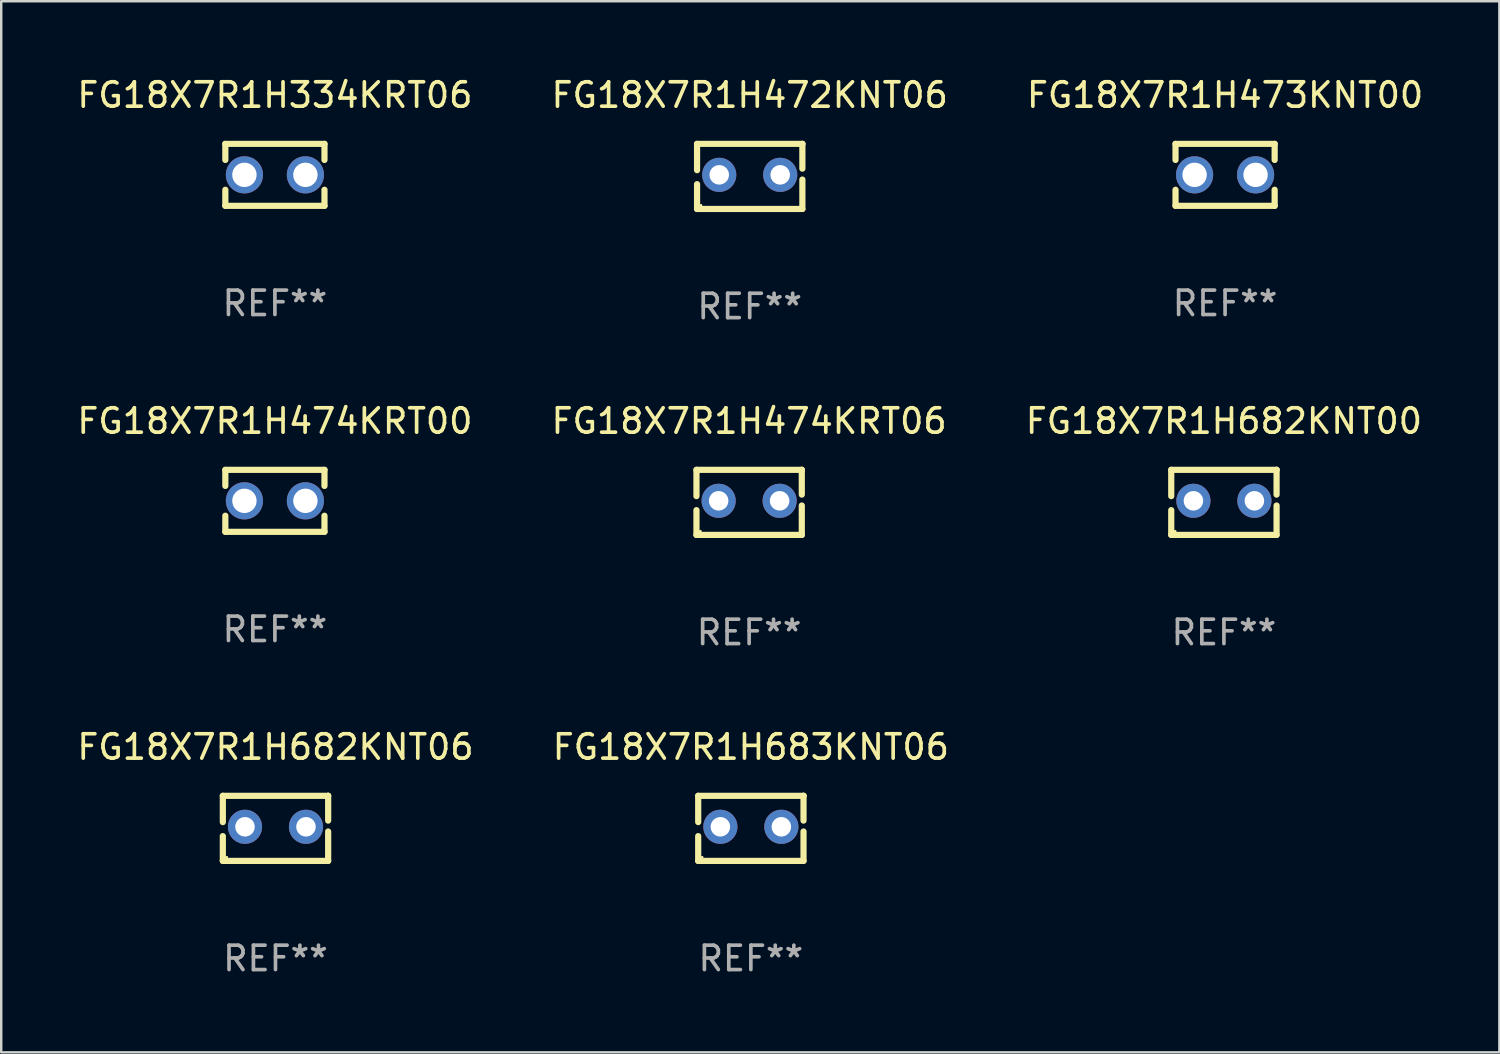
<source format=kicad_pcb>
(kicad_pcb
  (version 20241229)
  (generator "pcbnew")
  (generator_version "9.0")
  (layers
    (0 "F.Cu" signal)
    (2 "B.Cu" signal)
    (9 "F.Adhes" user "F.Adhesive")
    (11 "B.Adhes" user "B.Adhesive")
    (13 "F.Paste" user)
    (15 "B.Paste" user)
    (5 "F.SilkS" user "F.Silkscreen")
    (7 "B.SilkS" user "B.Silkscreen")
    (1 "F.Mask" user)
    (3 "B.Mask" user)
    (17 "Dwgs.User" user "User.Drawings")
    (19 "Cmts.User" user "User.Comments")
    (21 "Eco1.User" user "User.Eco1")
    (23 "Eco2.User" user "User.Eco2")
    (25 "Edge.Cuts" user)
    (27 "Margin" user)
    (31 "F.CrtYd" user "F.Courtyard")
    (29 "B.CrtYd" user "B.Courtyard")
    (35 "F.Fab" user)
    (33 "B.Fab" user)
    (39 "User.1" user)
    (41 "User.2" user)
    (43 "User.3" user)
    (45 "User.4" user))
  (footprint "FG18X7R1H472KNT06"
    (layer "F.Cu")
    (at 27.685 4.182)
    (property "Reference" "FG18X7R1H472KNT06" (at 0 -3.334 0) (layer "F.SilkS") (effects (font (size 1 1) (thickness 0.15))))
    (attr through_hole)
    (fp_line (start -2.159 -1.334) (end 2.159 -1.334) (stroke (width 0.254) (type solid)) (layer "F.SilkS"))
    (fp_line (start -2.159 -0.256) (end -2.159 -1.334) (stroke (width 0.254) (type solid)) (layer "F.SilkS"))
    (fp_line (start -2.159 1.334) (end -2.159 0.318) (stroke (width 0.254) (type solid)) (layer "F.SilkS"))
    (fp_line (start 2.159 -1.334) (end 2.159 -1.334) (stroke (width 0.254) (type solid)) (layer "F.SilkS"))
    (fp_line (start 2.159 -1.334) (end 2.159 -0.318) (stroke (width 0.254) (type solid)) (layer "F.SilkS"))
    (fp_line (start 2.159 0.129) (end 2.159 1.334) (stroke (width 0.254) (type solid)) (layer "F.SilkS"))
    (fp_line (start 2.159 1.334) (end -2.159 1.334) (stroke (width 0.254) (type solid)) (layer "F.SilkS"))
    (fp_circle (center -2 1.186) (end -1.97 1.186) (stroke (width 0.06) (type solid)) (fill no) (layer "F.SilkS"))
    (fp_text user "REF**" (at 0 5.334 0) (layer "F.Fab") (effects (font (size 1 1) (thickness 0.15))))
    (pad "1" thru_hole circle (at -1.25 -0.064) (size 1.4 1.4) (drill 0.8) (layers "*.Cu" "*.Mask"))
    (pad "2" thru_hole circle (at 1.25 -0.064) (size 1.4 1.4) (drill 0.8) (layers "*.Cu" "*.Mask")))
  (footprint "FG18X7R1H473KNT00"
    (layer "F.Cu")
    (at 47.173 4.118)
    (property "Reference" "FG18X7R1H473KNT00" (at 0 -3.27 0) (layer "F.SilkS") (effects (font (size 1 1) (thickness 0.15))))
    (attr through_hole)
    (fp_line (start -2.032 -1.27) (end -2.032 -0.611) (stroke (width 0.254) (type solid)) (layer "F.SilkS"))
    (fp_line (start -2.032 0.611) (end -2.032 1.27) (stroke (width 0.254) (type solid)) (layer "F.SilkS"))
    (fp_line (start -2.032 1.27) (end 2.032 1.27) (stroke (width 0.254) (type solid)) (layer "F.SilkS"))
    (fp_line (start 2.032 -1.27) (end -2.032 -1.27) (stroke (width 0.254) (type solid)) (layer "F.SilkS"))
    (fp_line (start 2.032 -0.611) (end 2.032 -1.27) (stroke (width 0.254) (type solid)) (layer "F.SilkS"))
    (fp_line (start 2.032 1.27) (end 2.032 0.611) (stroke (width 0.254) (type solid)) (layer "F.SilkS"))
    (fp_circle (center -2 1.25) (end -1.97 1.25) (stroke (width 0.06) (type solid)) (fill no) (layer "F.SilkS"))
    (fp_text user "REF**" (at 0 5.27 0) (layer "F.Fab") (effects (font (size 1 1) (thickness 0.15))))
    (pad "1" thru_hole circle (at -1.25 0) (size 1.524 1.524) (drill 1) (layers "*.Cu" "*.Mask"))
    (pad "2" thru_hole circle (at 1.25 0) (size 1.524 1.524) (drill 1) (layers "*.Cu" "*.Mask")))
  (footprint "FG18X7R1H683KNT06"
    (layer "F.Cu")
    (at 27.732 30.909)
    (property "Reference" "FG18X7R1H683KNT06" (at 0 -3.334 0) (layer "F.SilkS") (effects (font (size 1 1) (thickness 0.15))))
    (attr through_hole)
    (fp_line (start -2.159 -1.334) (end 2.159 -1.334) (stroke (width 0.254) (type solid)) (layer "F.SilkS"))
    (fp_line (start -2.159 -0.256) (end -2.159 -1.334) (stroke (width 0.254) (type solid)) (layer "F.SilkS"))
    (fp_line (start -2.159 1.334) (end -2.159 0.318) (stroke (width 0.254) (type solid)) (layer "F.SilkS"))
    (fp_line (start 2.159 -1.334) (end 2.159 -1.334) (stroke (width 0.254) (type solid)) (layer "F.SilkS"))
    (fp_line (start 2.159 -1.334) (end 2.159 -0.318) (stroke (width 0.254) (type solid)) (layer "F.SilkS"))
    (fp_line (start 2.159 0.129) (end 2.159 1.334) (stroke (width 0.254) (type solid)) (layer "F.SilkS"))
    (fp_line (start 2.159 1.334) (end -2.159 1.334) (stroke (width 0.254) (type solid)) (layer "F.SilkS"))
    (fp_circle (center -2 1.186) (end -1.97 1.186) (stroke (width 0.06) (type solid)) (fill no) (layer "F.SilkS"))
    (fp_text user "REF**" (at 0 5.334 0) (layer "F.Fab") (effects (font (size 1 1) (thickness 0.15))))
    (pad "1" thru_hole circle (at -1.25 -0.064) (size 1.4 1.4) (drill 0.8) (layers "*.Cu" "*.Mask"))
    (pad "2" thru_hole circle (at 1.25 -0.064) (size 1.4 1.4) (drill 0.8) (layers "*.Cu" "*.Mask")))
  (footprint "FG18X7R1H474KRT00"
    (layer "F.Cu")
    (at 8.22 17.482)
    (property "Reference" "FG18X7R1H474KRT00" (at 0 -3.27 0) (layer "F.SilkS") (effects (font (size 1 1) (thickness 0.15))))
    (attr through_hole)
    (fp_line (start -2.032 -1.27) (end -2.032 -0.611) (stroke (width 0.254) (type solid)) (layer "F.SilkS"))
    (fp_line (start -2.032 0.611) (end -2.032 1.27) (stroke (width 0.254) (type solid)) (layer "F.SilkS"))
    (fp_line (start -2.032 1.27) (end 2.032 1.27) (stroke (width 0.254) (type solid)) (layer "F.SilkS"))
    (fp_line (start 2.032 -1.27) (end -2.032 -1.27) (stroke (width 0.254) (type solid)) (layer "F.SilkS"))
    (fp_line (start 2.032 -0.611) (end 2.032 -1.27) (stroke (width 0.254) (type solid)) (layer "F.SilkS"))
    (fp_line (start 2.032 1.27) (end 2.032 0.611) (stroke (width 0.254) (type solid)) (layer "F.SilkS"))
    (fp_circle (center -2 1.25) (end -1.97 1.25) (stroke (width 0.06) (type solid)) (fill no) (layer "F.SilkS"))
    (fp_text user "REF**" (at 0 5.27 0) (layer "F.Fab") (effects (font (size 1 1) (thickness 0.15))))
    (pad "1" thru_hole circle (at -1.25 0) (size 1.524 1.524) (drill 1) (layers "*.Cu" "*.Mask"))
    (pad "2" thru_hole circle (at 1.25 0) (size 1.524 1.524) (drill 1) (layers "*.Cu" "*.Mask")))
  (footprint "FG18X7R1H334KRT06"
    (layer "F.Cu")
    (at 8.22 4.118)
    (property "Reference" "FG18X7R1H334KRT06" (at 0 -3.27 0) (layer "F.SilkS") (effects (font (size 1 1) (thickness 0.15))))
    (attr through_hole)
    (fp_line (start -2.032 -1.27) (end -2.032 -0.611) (stroke (width 0.254) (type solid)) (layer "F.SilkS"))
    (fp_line (start -2.032 0.611) (end -2.032 1.27) (stroke (width 0.254) (type solid)) (layer "F.SilkS"))
    (fp_line (start -2.032 1.27) (end 2.032 1.27) (stroke (width 0.254) (type solid)) (layer "F.SilkS"))
    (fp_line (start 2.032 -1.27) (end -2.032 -1.27) (stroke (width 0.254) (type solid)) (layer "F.SilkS"))
    (fp_line (start 2.032 -0.611) (end 2.032 -1.27) (stroke (width 0.254) (type solid)) (layer "F.SilkS"))
    (fp_line (start 2.032 1.27) (end 2.032 0.611) (stroke (width 0.254) (type solid)) (layer "F.SilkS"))
    (fp_circle (center -2 1.25) (end -1.97 1.25) (stroke (width 0.06) (type solid)) (fill no) (layer "F.SilkS"))
    (fp_text user "REF**" (at 0 5.27 0) (layer "F.Fab") (effects (font (size 1 1) (thickness 0.15))))
    (pad "1" thru_hole circle (at -1.25 0) (size 1.524 1.524) (drill 1) (layers "*.Cu" "*.Mask"))
    (pad "2" thru_hole circle (at 1.25 0) (size 1.524 1.524) (drill 1) (layers "*.Cu" "*.Mask")))
  (footprint "FG18X7R1H682KNT00"
    (layer "F.Cu")
    (at 47.125 17.545)
    (property "Reference" "FG18X7R1H682KNT00" (at 0 -3.334 0) (layer "F.SilkS") (effects (font (size 1 1) (thickness 0.15))))
    (attr through_hole)
    (fp_line (start -2.159 -1.334) (end 2.159 -1.334) (stroke (width 0.254) (type solid)) (layer "F.SilkS"))
    (fp_line (start -2.159 -0.256) (end -2.159 -1.334) (stroke (width 0.254) (type solid)) (layer "F.SilkS"))
    (fp_line (start -2.159 1.334) (end -2.159 0.318) (stroke (width 0.254) (type solid)) (layer "F.SilkS"))
    (fp_line (start 2.159 -1.334) (end 2.159 -1.334) (stroke (width 0.254) (type solid)) (layer "F.SilkS"))
    (fp_line (start 2.159 -1.334) (end 2.159 -0.318) (stroke (width 0.254) (type solid)) (layer "F.SilkS"))
    (fp_line (start 2.159 0.129) (end 2.159 1.334) (stroke (width 0.254) (type solid)) (layer "F.SilkS"))
    (fp_line (start 2.159 1.334) (end -2.159 1.334) (stroke (width 0.254) (type solid)) (layer "F.SilkS"))
    (fp_circle (center -2 1.186) (end -1.97 1.186) (stroke (width 0.06) (type solid)) (fill no) (layer "F.SilkS"))
    (fp_text user "REF**" (at 0 5.334 0) (layer "F.Fab") (effects (font (size 1 1) (thickness 0.15))))
    (pad "1" thru_hole circle (at -1.25 -0.064) (size 1.4 1.4) (drill 0.8) (layers "*.Cu" "*.Mask"))
    (pad "2" thru_hole circle (at 1.25 -0.064) (size 1.4 1.4) (drill 0.8) (layers "*.Cu" "*.Mask")))
  (footprint "FG18X7R1H682KNT06"
    (layer "F.Cu")
    (at 8.244 30.909)
    (property "Reference" "FG18X7R1H682KNT06" (at 0 -3.334 0) (layer "F.SilkS") (effects (font (size 1 1) (thickness 0.15))))
    (attr through_hole)
    (fp_line (start -2.159 -1.334) (end 2.159 -1.334) (stroke (width 0.254) (type solid)) (layer "F.SilkS"))
    (fp_line (start -2.159 -0.256) (end -2.159 -1.334) (stroke (width 0.254) (type solid)) (layer "F.SilkS"))
    (fp_line (start -2.159 1.334) (end -2.159 0.318) (stroke (width 0.254) (type solid)) (layer "F.SilkS"))
    (fp_line (start 2.159 -1.334) (end 2.159 -1.334) (stroke (width 0.254) (type solid)) (layer "F.SilkS"))
    (fp_line (start 2.159 -1.334) (end 2.159 -0.318) (stroke (width 0.254) (type solid)) (layer "F.SilkS"))
    (fp_line (start 2.159 0.129) (end 2.159 1.334) (stroke (width 0.254) (type solid)) (layer "F.SilkS"))
    (fp_line (start 2.159 1.334) (end -2.159 1.334) (stroke (width 0.254) (type solid)) (layer "F.SilkS"))
    (fp_circle (center -2 1.186) (end -1.97 1.186) (stroke (width 0.06) (type solid)) (fill no) (layer "F.SilkS"))
    (fp_text user "REF**" (at 0 5.334 0) (layer "F.Fab") (effects (font (size 1 1) (thickness 0.15))))
    (pad "1" thru_hole circle (at -1.25 -0.064) (size 1.4 1.4) (drill 0.8) (layers "*.Cu" "*.Mask"))
    (pad "2" thru_hole circle (at 1.25 -0.064) (size 1.4 1.4) (drill 0.8) (layers "*.Cu" "*.Mask")))
  (footprint "FG18X7R1H474KRT06"
    (layer "F.Cu")
    (at 27.661 17.545)
    (property "Reference" "FG18X7R1H474KRT06" (at 0 -3.334 0) (layer "F.SilkS") (effects (font (size 1 1) (thickness 0.15))))
    (attr through_hole)
    (fp_line (start -2.159 -1.334) (end 2.159 -1.334) (stroke (width 0.254) (type solid)) (layer "F.SilkS"))
    (fp_line (start -2.159 -0.256) (end -2.159 -1.334) (stroke (width 0.254) (type solid)) (layer "F.SilkS"))
    (fp_line (start -2.159 1.334) (end -2.159 0.318) (stroke (width 0.254) (type solid)) (layer "F.SilkS"))
    (fp_line (start 2.159 -1.334) (end 2.159 -1.334) (stroke (width 0.254) (type solid)) (layer "F.SilkS"))
    (fp_line (start 2.159 -1.334) (end 2.159 -0.318) (stroke (width 0.254) (type solid)) (layer "F.SilkS"))
    (fp_line (start 2.159 0.129) (end 2.159 1.334) (stroke (width 0.254) (type solid)) (layer "F.SilkS"))
    (fp_line (start 2.159 1.334) (end -2.159 1.334) (stroke (width 0.254) (type solid)) (layer "F.SilkS"))
    (fp_circle (center -2 1.186) (end -1.97 1.186) (stroke (width 0.06) (type solid)) (fill no) (layer "F.SilkS"))
    (fp_text user "REF**" (at 0 5.334 0) (layer "F.Fab") (effects (font (size 1 1) (thickness 0.15))))
    (pad "1" thru_hole circle (at -1.25 -0.064) (size 1.4 1.4) (drill 0.8) (layers "*.Cu" "*.Mask"))
    (pad "2" thru_hole circle (at 1.25 -0.064) (size 1.4 1.4) (drill 0.8) (layers "*.Cu" "*.Mask")))
  (gr_rect
    (start -3 -3)
    (end 58.417 40.091)
    (stroke (width 0.1) (type default))
    (fill no)
    (layer "Edge.Cuts")))
</source>
